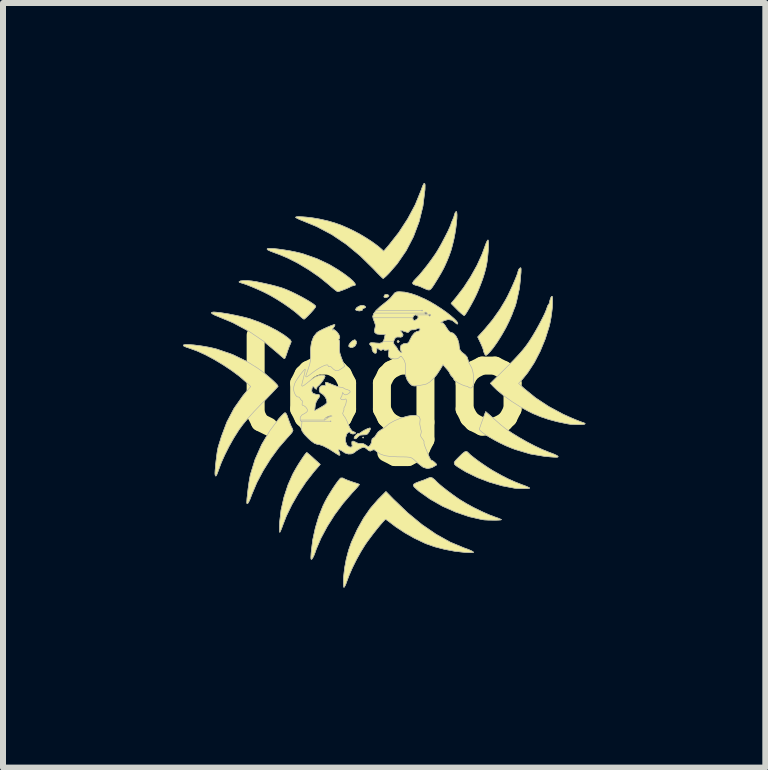
<source format=kicad_pcb>
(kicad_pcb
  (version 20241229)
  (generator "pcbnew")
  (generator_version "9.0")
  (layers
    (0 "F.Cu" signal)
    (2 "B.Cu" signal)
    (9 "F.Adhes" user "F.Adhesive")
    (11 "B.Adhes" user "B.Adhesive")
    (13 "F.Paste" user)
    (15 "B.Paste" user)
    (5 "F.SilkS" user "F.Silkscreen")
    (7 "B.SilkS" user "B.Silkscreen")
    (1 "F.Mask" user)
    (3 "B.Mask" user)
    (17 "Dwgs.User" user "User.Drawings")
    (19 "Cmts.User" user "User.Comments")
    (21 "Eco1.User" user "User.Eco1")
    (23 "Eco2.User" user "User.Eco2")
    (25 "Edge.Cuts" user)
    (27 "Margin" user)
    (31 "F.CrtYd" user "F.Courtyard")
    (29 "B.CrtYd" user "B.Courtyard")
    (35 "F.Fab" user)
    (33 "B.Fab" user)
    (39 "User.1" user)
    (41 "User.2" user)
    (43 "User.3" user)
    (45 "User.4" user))
  (footprint "logo"
    (layer "F.Cu")
    (at 3.316 3.371)
    (property "Reference" "logo" (at 0 0 0) (layer "F.SilkS") (effects (font (size 1.524 1.524) (thickness 0.3))))
    (attr through_hole)
    (fp_poly (pts (xy -0.305 0.872) (xy -0.313 0.881) (xy -0.322 0.872) (xy -0.313 0.864) (xy -0.305 0.872)) (stroke (width 0.01) (type solid)) (fill yes) (layer "F.SilkS"))
    (fp_poly (pts (xy 0.287 -0.732) (xy 0.288 -0.728) (xy 0.275 -0.712) (xy 0.271 -0.711) (xy 0.254 -0.724) (xy 0.254 -0.728) (xy 0.267 -0.745) (xy 0.271 -0.745) (xy 0.287 -0.732)) (stroke (width 0.01) (type solid)) (fill yes) (layer "F.SilkS"))
    (fp_poly (pts (xy 0.103 -1.506) (xy 0.118 -1.49) (xy 0.103 -1.474) (xy 0.102 -1.473) (xy 0.064 -1.458) (xy 0.039 -1.464) (xy 0.034 -1.48) (xy 0.047 -1.506) (xy 0.078 -1.514) (xy 0.103 -1.506)) (stroke (width 0.01) (type solid)) (fill yes) (layer "F.SilkS"))
    (fp_poly (pts (xy -0.447 -0.755) (xy -0.427 -0.732) (xy -0.426 -0.695) (xy -0.446 -0.658) (xy -0.45 -0.653) (xy -0.486 -0.631) (xy -0.524 -0.629) (xy -0.55 -0.646) (xy -0.552 -0.65) (xy -0.547 -0.677) (xy -0.523 -0.711) (xy -0.49 -0.74) (xy -0.458 -0.756) (xy -0.447 -0.755)) (stroke (width 0.01) (type solid)) (fill yes) (layer "F.SilkS"))
    (fp_poly (pts (xy -0.281 -1.316) (xy -0.271 -1.299) (xy -0.286 -1.288) (xy -0.296 -1.287) (xy -0.319 -1.274) (xy -0.322 -1.262) (xy -0.334 -1.244) (xy -0.373 -1.239) (xy -0.381 -1.239) (xy -0.42 -1.245) (xy -0.439 -1.258) (xy -0.44 -1.26) (xy -0.424 -1.289) (xy -0.388 -1.314) (xy -0.345 -1.33) (xy -0.312 -1.331) (xy -0.281 -1.316)) (stroke (width 0.01) (type solid)) (fill yes) (layer "F.SilkS"))
    (fp_poly (pts (xy -0.194 0.715) (xy -0.194 0.735) (xy -0.21 0.771) (xy -0.214 0.778) (xy -0.24 0.812) (xy -0.271 0.826) (xy -0.309 0.827) (xy -0.36 0.831) (xy -0.392 0.852) (xy -0.4 0.861) (xy -0.431 0.893) (xy -0.456 0.893) (xy -0.464 0.883) (xy -0.459 0.863) (xy -0.435 0.833) (xy -0.431 0.829) (xy -0.404 0.807) (xy -0.39 0.802) (xy -0.389 0.804) (xy -0.379 0.806) (xy -0.36 0.793) (xy -0.321 0.766) (xy -0.274 0.74) (xy -0.231 0.721) (xy -0.201 0.713) (xy -0.194 0.715)) (stroke (width 0.01) (type solid)) (fill yes) (layer "F.SilkS"))
    (fp_poly (pts (xy -1.251 1.122) (xy -1.235 1.135) (xy -1.2 1.164) (xy -1.153 1.206) (xy -1.135 1.223) (xy -1.028 1.32) (xy -1.134 1.443) (xy -1.266 1.612) (xy -1.39 1.798) (xy -1.501 1.991) (xy -1.594 2.182) (xy -1.648 2.321) (xy -1.67 2.381) (xy -1.689 2.427) (xy -1.701 2.451) (xy -1.702 2.452) (xy -1.706 2.441) (xy -1.708 2.403) (xy -1.708 2.344) (xy -1.705 2.286) (xy -1.681 2.081) (xy -1.633 1.869) (xy -1.565 1.661) (xy -1.486 1.482) (xy -1.454 1.424) (xy -1.416 1.358) (xy -1.374 1.29) (xy -1.332 1.226) (xy -1.296 1.173) (xy -1.268 1.136) (xy -1.252 1.122) (xy -1.251 1.122)) (stroke (width 0.01) (type solid)) (fill yes) (layer "F.SilkS"))
    (fp_poly (pts (xy 1.774 -2.406) (xy 1.777 -2.364) (xy 1.776 -2.302) (xy 1.771 -2.229) (xy 1.764 -2.149) (xy 1.755 -2.072) (xy 1.744 -2.003) (xy 1.735 -1.964) (xy 1.709 -1.864) (xy 1.679 -1.77) (xy 1.641 -1.669) (xy 1.603 -1.575) (xy 1.576 -1.514) (xy 1.541 -1.442) (xy 1.501 -1.367) (xy 1.461 -1.295) (xy 1.424 -1.232) (xy 1.394 -1.185) (xy 1.375 -1.162) (xy 1.374 -1.162) (xy 1.357 -1.169) (xy 1.323 -1.196) (xy 1.278 -1.237) (xy 1.257 -1.258) (xy 1.153 -1.363) (xy 1.238 -1.465) (xy 1.363 -1.628) (xy 1.48 -1.809) (xy 1.585 -1.997) (xy 1.67 -2.184) (xy 1.722 -2.326) (xy 1.741 -2.377) (xy 1.758 -2.411) (xy 1.768 -2.421) (xy 1.774 -2.406)) (stroke (width 0.01) (type solid)) (fill yes) (layer "F.SilkS"))
    (fp_poly (pts (xy -2.737 -1.215) (xy -2.652 -1.203) (xy -2.552 -1.187) (xy -2.446 -1.166) (xy -2.343 -1.144) (xy -2.251 -1.121) (xy -2.191 -1.104) (xy -2.038 -1.048) (xy -1.888 -0.982) (xy -1.749 -0.91) (xy -1.63 -0.836) (xy -1.56 -0.783) (xy -1.525 -0.752) (xy -1.513 -0.73) (xy -1.519 -0.704) (xy -1.528 -0.685) (xy -1.547 -0.641) (xy -1.569 -0.58) (xy -1.583 -0.538) (xy -1.601 -0.486) (xy -1.616 -0.451) (xy -1.624 -0.441) (xy -1.64 -0.452) (xy -1.675 -0.481) (xy -1.721 -0.522) (xy -1.736 -0.535) (xy -1.973 -0.734) (xy -2.223 -0.903) (xy -2.49 -1.045) (xy -2.722 -1.142) (xy -2.792 -1.171) (xy -2.833 -1.194) (xy -2.842 -1.21) (xy -2.82 -1.218) (xy -2.798 -1.219) (xy -2.737 -1.215)) (stroke (width 0.01) (type solid)) (fill yes) (layer "F.SilkS"))
    (fp_poly (pts (xy -1.597 0.472) (xy -1.579 0.508) (xy -1.575 0.521) (xy -1.548 0.598) (xy -1.517 0.675) (xy -1.488 0.734) (xy -1.483 0.753) (xy -1.492 0.776) (xy -1.517 0.81) (xy -1.562 0.86) (xy -1.579 0.878) (xy -1.72 1.04) (xy -1.855 1.225) (xy -1.979 1.423) (xy -2.086 1.625) (xy -2.169 1.822) (xy -2.177 1.843) (xy -2.203 1.911) (xy -2.226 1.957) (xy -2.242 1.977) (xy -2.251 1.969) (xy -2.252 1.955) (xy -2.249 1.894) (xy -2.24 1.81) (xy -2.229 1.716) (xy -2.216 1.622) (xy -2.202 1.54) (xy -2.192 1.49) (xy -2.114 1.237) (xy -2.005 0.991) (xy -1.868 0.759) (xy -1.719 0.56) (xy -1.676 0.512) (xy -1.64 0.476) (xy -1.617 0.459) (xy -1.614 0.458) (xy -1.597 0.472)) (stroke (width 0.01) (type solid)) (fill yes) (layer "F.SilkS"))
    (fp_poly (pts (xy 1.425 1.112) (xy 1.441 1.128) (xy 1.475 1.161) (xy 1.531 1.206) (xy 1.602 1.26) (xy 1.682 1.316) (xy 1.764 1.371) (xy 1.841 1.42) (xy 1.863 1.432) (xy 1.993 1.505) (xy 2.107 1.563) (xy 2.217 1.612) (xy 2.335 1.659) (xy 2.362 1.668) (xy 2.413 1.688) (xy 2.451 1.706) (xy 2.463 1.713) (xy 2.456 1.719) (xy 2.423 1.723) (xy 2.372 1.724) (xy 2.312 1.723) (xy 2.251 1.72) (xy 2.21 1.716) (xy 2.006 1.677) (xy 1.796 1.617) (xy 1.592 1.539) (xy 1.406 1.448) (xy 1.358 1.42) (xy 1.282 1.373) (xy 1.233 1.34) (xy 1.208 1.314) (xy 1.205 1.289) (xy 1.223 1.26) (xy 1.26 1.221) (xy 1.282 1.199) (xy 1.337 1.145) (xy 1.375 1.114) (xy 1.403 1.104) (xy 1.425 1.112)) (stroke (width 0.01) (type solid)) (fill yes) (layer "F.SilkS"))
    (fp_poly (pts (xy 1.832 0.529) (xy 1.887 0.577) (xy 1.939 0.623) (xy 1.976 0.656) (xy 1.979 0.658) (xy 2.059 0.723) (xy 2.163 0.795) (xy 2.285 0.87) (xy 2.415 0.944) (xy 2.547 1.013) (xy 2.673 1.072) (xy 2.785 1.118) (xy 2.811 1.127) (xy 2.866 1.148) (xy 2.911 1.169) (xy 2.929 1.18) (xy 2.938 1.191) (xy 2.931 1.198) (xy 2.905 1.2) (xy 2.857 1.198) (xy 2.781 1.192) (xy 2.709 1.185) (xy 2.475 1.146) (xy 2.231 1.074) (xy 2.151 1.044) (xy 2.062 1.007) (xy 1.97 0.963) (xy 1.879 0.915) (xy 1.795 0.867) (xy 1.722 0.822) (xy 1.667 0.782) (xy 1.633 0.751) (xy 1.626 0.735) (xy 1.631 0.711) (xy 1.647 0.663) (xy 1.669 0.602) (xy 1.678 0.577) (xy 1.73 0.44) (xy 1.832 0.529)) (stroke (width 0.01) (type solid)) (fill yes) (layer "F.SilkS"))
    (fp_poly (pts (xy -0.651 1.547) (xy -0.639 1.554) (xy -0.613 1.567) (xy -0.565 1.587) (xy -0.505 1.608) (xy -0.5 1.61) (xy -0.441 1.629) (xy -0.397 1.644) (xy -0.375 1.653) (xy -0.375 1.653) (xy -0.383 1.667) (xy -0.41 1.7) (xy -0.452 1.747) (xy -0.5 1.798) (xy -0.649 1.972) (xy -0.788 2.159) (xy -0.911 2.353) (xy -1.015 2.547) (xy -1.095 2.733) (xy -1.11 2.777) (xy -1.131 2.833) (xy -1.153 2.878) (xy -1.165 2.896) (xy -1.176 2.904) (xy -1.182 2.895) (xy -1.183 2.865) (xy -1.18 2.809) (xy -1.177 2.769) (xy -1.153 2.578) (xy -1.11 2.381) (xy -1.053 2.189) (xy -0.983 2.013) (xy -0.944 1.933) (xy -0.904 1.86) (xy -0.857 1.784) (xy -0.81 1.709) (xy -0.764 1.642) (xy -0.725 1.589) (xy -0.696 1.555) (xy -0.686 1.547) (xy -0.651 1.547)) (stroke (width 0.01) (type solid)) (fill yes) (layer "F.SilkS"))
    (fp_poly (pts (xy 0.841 1.546) (xy 0.879 1.575) (xy 0.922 1.619) (xy 0.96 1.654) (xy 1.018 1.702) (xy 1.091 1.759) (xy 1.169 1.817) (xy 1.247 1.873) (xy 1.302 1.91) (xy 1.408 1.974) (xy 1.531 2.041) (xy 1.66 2.104) (xy 1.783 2.159) (xy 1.884 2.197) (xy 1.938 2.216) (xy 1.978 2.233) (xy 1.993 2.241) (xy 1.982 2.245) (xy 1.946 2.248) (xy 1.893 2.25) (xy 1.831 2.249) (xy 1.768 2.248) (xy 1.712 2.245) (xy 1.676 2.241) (xy 1.455 2.191) (xy 1.231 2.115) (xy 1.011 2.017) (xy 0.805 1.9) (xy 0.62 1.769) (xy 0.579 1.734) (xy 0.539 1.697) (xy 0.523 1.67) (xy 0.533 1.649) (xy 0.57 1.627) (xy 0.638 1.602) (xy 0.643 1.6) (xy 0.703 1.579) (xy 0.755 1.557) (xy 0.778 1.547) (xy 0.809 1.537) (xy 0.841 1.546)) (stroke (width 0.01) (type solid)) (fill yes) (layer "F.SilkS"))
    (fp_poly (pts (xy -1.791 -2.276) (xy -1.712 -2.267) (xy -1.623 -2.254) (xy -1.53 -2.239) (xy -1.44 -2.221) (xy -1.359 -2.202) (xy -1.312 -2.189) (xy -1.084 -2.109) (xy -0.878 -2.012) (xy -0.72 -1.917) (xy -0.618 -1.847) (xy -0.538 -1.786) (xy -0.481 -1.735) (xy -0.449 -1.696) (xy -0.443 -1.67) (xy -0.465 -1.66) (xy -0.471 -1.659) (xy -0.503 -1.654) (xy -0.513 -1.649) (xy -0.535 -1.636) (xy -0.578 -1.616) (xy -0.631 -1.594) (xy -0.683 -1.575) (xy -0.722 -1.562) (xy -0.737 -1.559) (xy -0.756 -1.57) (xy -0.794 -1.599) (xy -0.845 -1.641) (xy -0.888 -1.679) (xy -1.043 -1.804) (xy -1.216 -1.923) (xy -1.397 -2.032) (xy -1.576 -2.123) (xy -1.71 -2.179) (xy -1.794 -2.21) (xy -1.852 -2.232) (xy -1.887 -2.248) (xy -1.906 -2.258) (xy -1.913 -2.267) (xy -1.913 -2.272) (xy -1.898 -2.279) (xy -1.855 -2.28) (xy -1.791 -2.276)) (stroke (width 0.01) (type solid)) (fill yes) (layer "F.SilkS"))
    (fp_poly (pts (xy -2.243 -1.743) (xy -2.171 -1.737) (xy -2.099 -1.726) (xy -2.097 -1.726) (xy -1.959 -1.697) (xy -1.849 -1.672) (xy -1.76 -1.649) (xy -1.685 -1.627) (xy -1.668 -1.622) (xy -1.596 -1.595) (xy -1.514 -1.559) (xy -1.427 -1.517) (xy -1.34 -1.472) (xy -1.26 -1.427) (xy -1.19 -1.385) (xy -1.138 -1.35) (xy -1.107 -1.323) (xy -1.102 -1.312) (xy -1.113 -1.293) (xy -1.141 -1.257) (xy -1.18 -1.213) (xy -1.222 -1.169) (xy -1.261 -1.13) (xy -1.289 -1.106) (xy -1.299 -1.101) (xy -1.318 -1.112) (xy -1.352 -1.14) (xy -1.38 -1.166) (xy -1.447 -1.223) (xy -1.536 -1.29) (xy -1.638 -1.361) (xy -1.746 -1.43) (xy -1.851 -1.492) (xy -1.923 -1.53) (xy -2.003 -1.569) (xy -2.09 -1.608) (xy -2.175 -1.644) (xy -2.253 -1.675) (xy -2.316 -1.697) (xy -2.358 -1.709) (xy -2.367 -1.71) (xy -2.381 -1.72) (xy -2.379 -1.727) (xy -2.356 -1.738) (xy -2.307 -1.743) (xy -2.243 -1.743)) (stroke (width 0.01) (type solid)) (fill yes) (layer "F.SilkS"))
    (fp_poly (pts (xy 2.317 -1.953) (xy 2.319 -1.929) (xy 2.318 -1.882) (xy 2.312 -1.812) (xy 2.305 -1.732) (xy 2.297 -1.658) (xy 2.289 -1.599) (xy 2.285 -1.583) (xy 2.263 -1.482) (xy 2.247 -1.409) (xy 2.234 -1.358) (xy 2.224 -1.325) (xy 2.22 -1.312) (xy 2.206 -1.279) (xy 2.186 -1.226) (xy 2.168 -1.177) (xy 2.121 -1.069) (xy 2.063 -0.952) (xy 1.996 -0.835) (xy 1.926 -0.723) (xy 1.857 -0.625) (xy 1.793 -0.548) (xy 1.764 -0.519) (xy 1.738 -0.499) (xy 1.724 -0.502) (xy 1.712 -0.522) (xy 1.697 -0.559) (xy 1.693 -0.579) (xy 1.686 -0.605) (xy 1.668 -0.651) (xy 1.645 -0.703) (xy 1.597 -0.804) (xy 1.712 -0.931) (xy 1.844 -1.09) (xy 1.966 -1.262) (xy 2.062 -1.422) (xy 2.099 -1.492) (xy 2.137 -1.572) (xy 2.176 -1.656) (xy 2.211 -1.737) (xy 2.24 -1.808) (xy 2.261 -1.863) (xy 2.269 -1.895) (xy 2.269 -1.897) (xy 2.281 -1.931) (xy 2.297 -1.949) (xy 2.31 -1.958) (xy 2.317 -1.953)) (stroke (width 0.01) (type solid)) (fill yes) (layer "F.SilkS"))
    (fp_poly (pts (xy 1.248 -2.88) (xy 1.251 -2.837) (xy 1.249 -2.774) (xy 1.242 -2.696) (xy 1.231 -2.61) (xy 1.217 -2.522) (xy 1.202 -2.444) (xy 1.177 -2.338) (xy 1.152 -2.248) (xy 1.122 -2.162) (xy 1.084 -2.068) (xy 1.045 -1.981) (xy 1.022 -1.935) (xy 0.988 -1.873) (xy 0.948 -1.805) (xy 0.906 -1.736) (xy 0.868 -1.675) (xy 0.836 -1.628) (xy 0.817 -1.605) (xy 0.794 -1.589) (xy 0.768 -1.589) (xy 0.728 -1.604) (xy 0.682 -1.624) (xy 0.646 -1.641) (xy 0.643 -1.642) (xy 0.608 -1.655) (xy 0.562 -1.667) (xy 0.523 -1.681) (xy 0.511 -1.703) (xy 0.528 -1.735) (xy 0.569 -1.779) (xy 0.621 -1.833) (xy 0.684 -1.909) (xy 0.754 -1.997) (xy 0.824 -2.091) (xy 0.888 -2.182) (xy 0.917 -2.227) (xy 0.949 -2.281) (xy 0.988 -2.349) (xy 1.028 -2.425) (xy 1.068 -2.502) (xy 1.104 -2.573) (xy 1.131 -2.633) (xy 1.148 -2.673) (xy 1.152 -2.687) (xy 1.159 -2.711) (xy 1.175 -2.746) (xy 1.197 -2.798) (xy 1.21 -2.844) (xy 1.223 -2.88) (xy 1.239 -2.896) (xy 1.24 -2.896) (xy 1.248 -2.88)) (stroke (width 0.01) (type solid)) (fill yes) (layer "F.SilkS"))
    (fp_poly (pts (xy 0.719 -3.338) (xy 0.718 -3.277) (xy 0.717 -3.255) (xy 0.684 -2.987) (xy 0.62 -2.727) (xy 0.526 -2.477) (xy 0.404 -2.242) (xy 0.255 -2.025) (xy 0.125 -1.875) (xy 0.081 -1.83) (xy 0.044 -1.796) (xy 0.023 -1.78) (xy 0.021 -1.779) (xy 0.005 -1.791) (xy -0.029 -1.824) (xy -0.076 -1.871) (xy -0.131 -1.929) (xy -0.135 -1.934) (xy -0.362 -2.157) (xy -0.594 -2.349) (xy -0.834 -2.511) (xy -1.087 -2.645) (xy -1.308 -2.736) (xy -1.368 -2.76) (xy -1.414 -2.782) (xy -1.438 -2.797) (xy -1.439 -2.8) (xy -1.424 -2.807) (xy -1.382 -2.809) (xy -1.319 -2.806) (xy -1.244 -2.8) (xy -1.162 -2.79) (xy -1.081 -2.777) (xy -1.033 -2.768) (xy -0.901 -2.738) (xy -0.787 -2.705) (xy -0.679 -2.667) (xy -0.564 -2.617) (xy -0.474 -2.574) (xy -0.372 -2.52) (xy -0.265 -2.456) (xy -0.162 -2.389) (xy -0.073 -2.324) (xy -0.015 -2.275) (xy 0.029 -2.234) (xy 0.112 -2.33) (xy 0.282 -2.546) (xy 0.431 -2.775) (xy 0.556 -3.009) (xy 0.651 -3.243) (xy 0.654 -3.251) (xy 0.68 -3.323) (xy 0.7 -3.361) (xy 0.713 -3.366) (xy 0.719 -3.338)) (stroke (width 0.01) (type solid)) (fill yes) (layer "F.SilkS"))
    (fp_poly (pts (xy 0.19 1.898) (xy 0.429 2.127) (xy 0.667 2.323) (xy 0.903 2.485) (xy 1.138 2.616) (xy 1.373 2.714) (xy 1.389 2.719) (xy 1.446 2.74) (xy 1.495 2.762) (xy 1.516 2.774) (xy 1.527 2.784) (xy 1.522 2.79) (xy 1.495 2.792) (xy 1.443 2.79) (xy 1.38 2.786) (xy 1.217 2.768) (xy 1.048 2.736) (xy 0.884 2.694) (xy 0.739 2.643) (xy 0.711 2.631) (xy 0.541 2.55) (xy 0.379 2.458) (xy 0.235 2.363) (xy 0.177 2.319) (xy 0.126 2.28) (xy 0.086 2.25) (xy 0.064 2.236) (xy 0.062 2.235) (xy 0.045 2.248) (xy 0.012 2.283) (xy -0.033 2.335) (xy -0.086 2.4) (xy -0.142 2.471) (xy -0.197 2.544) (xy -0.248 2.613) (xy -0.281 2.661) (xy -0.352 2.776) (xy -0.424 2.906) (xy -0.491 3.04) (xy -0.547 3.168) (xy -0.586 3.272) (xy -0.605 3.324) (xy -0.623 3.359) (xy -0.633 3.37) (xy -0.639 3.354) (xy -0.642 3.311) (xy -0.641 3.248) (xy -0.639 3.205) (xy -0.623 3.055) (xy -0.594 2.898) (xy -0.554 2.747) (xy -0.508 2.616) (xy -0.508 2.616) (xy -0.409 2.401) (xy -0.305 2.215) (xy -0.193 2.053) (xy -0.07 1.911) (xy -0.059 1.899) (xy 0.067 1.772) (xy 0.19 1.898)) (stroke (width 0.01) (type solid)) (fill yes) (layer "F.SilkS"))
    (fp_poly (pts (xy -0.784 -1.009) (xy -0.786 -0.991) (xy -0.804 -0.965) (xy -0.823 -0.937) (xy -0.824 -0.92) (xy -0.813 -0.918) (xy -0.813 -0.921) (xy -0.803 -0.928) (xy -0.78 -0.915) (xy -0.752 -0.89) (xy -0.726 -0.857) (xy -0.718 -0.844) (xy -0.702 -0.804) (xy -0.706 -0.783) (xy -0.711 -0.779) (xy -0.721 -0.762) (xy -0.716 -0.756) (xy -0.708 -0.735) (xy -0.706 -0.692) (xy -0.708 -0.651) (xy -0.709 -0.59) (xy -0.701 -0.534) (xy -0.68 -0.468) (xy -0.668 -0.437) (xy -0.619 -0.318) (xy -0.659 -0.286) (xy -0.72 -0.248) (xy -0.77 -0.243) (xy -0.811 -0.269) (xy -0.816 -0.276) (xy -0.847 -0.306) (xy -0.873 -0.311) (xy -0.894 -0.314) (xy -0.897 -0.328) (xy -0.91 -0.34) (xy -0.944 -0.334) (xy -0.995 -0.313) (xy -1.056 -0.279) (xy -1.122 -0.235) (xy -1.154 -0.211) (xy -1.211 -0.167) (xy -1.246 -0.144) (xy -1.264 -0.137) (xy -1.27 -0.145) (xy -1.27 -0.148) (xy -1.264 -0.169) (xy -1.249 -0.213) (xy -1.229 -0.271) (xy -1.226 -0.279) (xy -1.203 -0.352) (xy -1.19 -0.417) (xy -1.187 -0.457) (xy -1.191 -0.596) (xy -1.174 -0.714) (xy -1.139 -0.807) (xy -1.085 -0.875) (xy -1.049 -0.9) (xy -0.98 -0.935) (xy -0.912 -0.966) (xy -0.852 -0.991) (xy -0.807 -1.007) (xy -0.785 -1.01) (xy -0.784 -1.009)) (stroke (width 0.01) (type solid)) (fill yes) (layer "F.SilkS"))
    (fp_poly (pts (xy 2.844 -1.458) (xy 2.846 -1.414) (xy 2.845 -1.354) (xy 2.839 -1.283) (xy 2.83 -1.204) (xy 2.818 -1.123) (xy 2.803 -1.043) (xy 2.789 -0.982) (xy 2.722 -0.77) (xy 2.638 -0.566) (xy 2.54 -0.377) (xy 2.431 -0.21) (xy 2.343 -0.101) (xy 2.278 -0.03) (xy 2.37 0.055) (xy 2.56 0.21) (xy 2.778 0.354) (xy 3.018 0.483) (xy 3.142 0.539) (xy 3.22 0.572) (xy 3.288 0.599) (xy 3.338 0.618) (xy 3.365 0.626) (xy 3.367 0.627) (xy 3.386 0.638) (xy 3.387 0.643) (xy 3.371 0.652) (xy 3.331 0.657) (xy 3.273 0.658) (xy 3.207 0.656) (xy 3.141 0.651) (xy 3.09 0.643) (xy 2.921 0.608) (xy 2.776 0.569) (xy 2.643 0.524) (xy 2.514 0.47) (xy 2.451 0.439) (xy 2.309 0.362) (xy 2.168 0.273) (xy 2.037 0.179) (xy 1.923 0.085) (xy 1.856 0.02) (xy 1.808 -0.031) (xy 2.078 -0.299) (xy 2.188 -0.41) (xy 2.276 -0.504) (xy 2.348 -0.586) (xy 2.408 -0.662) (xy 2.46 -0.737) (xy 2.513 -0.821) (xy 2.569 -0.916) (xy 2.623 -1.014) (xy 2.672 -1.108) (xy 2.713 -1.191) (xy 2.741 -1.258) (xy 2.752 -1.291) (xy 2.766 -1.329) (xy 2.779 -1.347) (xy 2.793 -1.371) (xy 2.794 -1.38) (xy 2.8 -1.412) (xy 2.812 -1.451) (xy 2.827 -1.481) (xy 2.838 -1.482) (xy 2.844 -1.458)) (stroke (width 0.01) (type solid)) (fill yes) (layer "F.SilkS"))
    (fp_poly (pts (xy -3.212 -0.676) (xy -3.139 -0.671) (xy -3.053 -0.661) (xy -2.962 -0.647) (xy -2.87 -0.63) (xy -2.782 -0.61) (xy -2.75 -0.601) (xy -2.491 -0.512) (xy -2.244 -0.392) (xy -2.071 -0.284) (xy -2.007 -0.238) (xy -1.94 -0.185) (xy -1.875 -0.13) (xy -1.816 -0.078) (xy -1.769 -0.032) (xy -1.739 0.002) (xy -1.731 0.019) (xy -1.744 0.034) (xy -1.777 0.07) (xy -1.827 0.123) (xy -1.891 0.19) (xy -1.964 0.266) (xy -2.007 0.309) (xy -2.132 0.439) (xy -2.234 0.553) (xy -2.317 0.653) (xy -2.383 0.743) (xy -2.39 0.754) (xy -2.471 0.882) (xy -2.549 1.021) (xy -2.619 1.16) (xy -2.677 1.289) (xy -2.708 1.371) (xy -2.735 1.446) (xy -2.753 1.492) (xy -2.766 1.513) (xy -2.775 1.511) (xy -2.78 1.496) (xy -2.782 1.465) (xy -2.779 1.409) (xy -2.773 1.336) (xy -2.764 1.256) (xy -2.754 1.175) (xy -2.744 1.103) (xy -2.733 1.047) (xy -2.728 1.028) (xy -2.715 0.984) (xy -2.695 0.921) (xy -2.675 0.855) (xy -2.584 0.613) (xy -2.464 0.385) (xy -2.318 0.177) (xy -2.275 0.125) (xy -2.186 0.022) (xy -2.266 -0.054) (xy -2.374 -0.148) (xy -2.504 -0.245) (xy -2.647 -0.34) (xy -2.797 -0.43) (xy -2.945 -0.509) (xy -3.084 -0.572) (xy -3.208 -0.617) (xy -3.211 -0.618) (xy -3.263 -0.635) (xy -3.3 -0.652) (xy -3.311 -0.661) (xy -3.304 -0.672) (xy -3.269 -0.677) (xy -3.212 -0.676)) (stroke (width 0.01) (type solid)) (fill yes) (layer "F.SilkS"))
    (fp_poly (pts (xy 0.382 -1.551) (xy 0.484 -1.528) (xy 0.598 -1.488) (xy 0.725 -1.431) (xy 0.811 -1.386) (xy 0.9 -1.333) (xy 0.988 -1.276) (xy 1.071 -1.218) (xy 1.144 -1.161) (xy 1.203 -1.11) (xy 1.245 -1.067) (xy 1.265 -1.035) (xy 1.263 -1.02) (xy 1.245 -1.023) (xy 1.219 -1.046) (xy 1.168 -1.084) (xy 1.104 -1.095) (xy 1.037 -1.077) (xy 1.035 -1.076) (xy 1 -1.056) (xy 0.982 -1.041) (xy 0.987 -1.037) (xy 1.003 -1.042) (xy 1.023 -1.033) (xy 1.051 -0.999) (xy 1.072 -0.965) (xy 1.107 -0.913) (xy 1.137 -0.884) (xy 1.149 -0.881) (xy 1.192 -0.865) (xy 1.231 -0.824) (xy 1.263 -0.765) (xy 1.283 -0.696) (xy 1.287 -0.651) (xy 1.296 -0.599) (xy 1.327 -0.554) (xy 1.385 -0.509) (xy 1.387 -0.507) (xy 1.42 -0.469) (xy 1.432 -0.433) (xy 1.446 -0.384) (xy 1.471 -0.338) (xy 1.498 -0.287) (xy 1.517 -0.221) (xy 1.528 -0.149) (xy 1.531 -0.078) (xy 1.525 -0.017) (xy 1.51 0.028) (xy 1.487 0.047) (xy 1.457 0.043) (xy 1.448 0.035) (xy 1.424 0.019) (xy 1.409 0.017) (xy 1.376 0.009) (xy 1.329 -0.01) (xy 1.279 -0.035) (xy 1.235 -0.062) (xy 1.207 -0.084) (xy 1.202 -0.093) (xy 1.191 -0.119) (xy 1.168 -0.144) (xy 1.143 -0.173) (xy 1.134 -0.193) (xy 1.123 -0.216) (xy 1.096 -0.253) (xy 1.075 -0.277) (xy 1.018 -0.343) (xy 0.97 -0.261) (xy 0.915 -0.178) (xy 0.855 -0.106) (xy 0.796 -0.052) (xy 0.744 -0.021) (xy 0.739 -0.019) (xy 0.69 -0.008) (xy 0.627 0.004) (xy 0.597 0.008) (xy 0.543 0.012) (xy 0.509 0.008) (xy 0.482 -0.011) (xy 0.458 -0.035) (xy 0.422 -0.087) (xy 0.4 -0.147) (xy 0.391 -0.226) (xy 0.392 -0.293) (xy 0.39 -0.359) (xy 0.376 -0.407) (xy 0.355 -0.441) (xy 0.329 -0.475) (xy 0.313 -0.484) (xy 0.298 -0.471) (xy 0.293 -0.465) (xy 0.262 -0.442) (xy 0.209 -0.438) (xy 0.208 -0.438) (xy 0.148 -0.448) (xy 0.116 -0.471) (xy 0.109 -0.512) (xy 0.112 -0.538) (xy 0.118 -0.577) (xy 0.111 -0.591) (xy 0.086 -0.588) (xy 0.079 -0.586) (xy 0.043 -0.583) (xy 0.034 -0.594) (xy 0.026 -0.604) (xy 0.008 -0.592) (xy -0.016 -0.581) (xy -0.043 -0.594) (xy -0.051 -0.601) (xy -0.075 -0.621) (xy -0.084 -0.614) (xy -0.085 -0.588) (xy -0.09 -0.551) (xy -0.1 -0.534) (xy -0.124 -0.536) (xy -0.148 -0.559) (xy -0.163 -0.591) (xy -0.163 -0.613) (xy -0.167 -0.644) (xy -0.179 -0.655) (xy -0.201 -0.677) (xy -0.203 -0.689) (xy -0.197 -0.703) (xy -0.176 -0.708) (xy -0.13 -0.706) (xy -0.105 -0.703) (xy -0.038 -0.699) (xy 0.003 -0.709) (xy 0.025 -0.733) (xy 0.196 -0.733) (xy 0.197 -0.692) (xy 0.219 -0.661) (xy 0.244 -0.633) (xy 0.254 -0.615) (xy 0.266 -0.592) (xy 0.292 -0.563) (xy 0.32 -0.544) (xy 0.328 -0.542) (xy 0.334 -0.55) (xy 0.325 -0.562) (xy 0.308 -0.595) (xy 0.305 -0.618) (xy 0.318 -0.664) (xy 0.358 -0.69) (xy 0.394 -0.694) (xy 0.428 -0.7) (xy 0.452 -0.724) (xy 0.468 -0.758) (xy 0.502 -0.822) (xy 0.541 -0.87) (xy 0.58 -0.895) (xy 0.593 -0.897) (xy 0.628 -0.906) (xy 0.635 -0.932) (xy 0.633 -0.94) (xy 0.621 -0.953) (xy 0.596 -0.947) (xy 0.579 -0.938) (xy 0.537 -0.924) (xy 0.505 -0.924) (xy 0.474 -0.918) (xy 0.46 -0.903) (xy 0.444 -0.884) (xy 0.421 -0.882) (xy 0.385 -0.894) (xy 0.335 -0.91) (xy 0.313 -0.912) (xy 0.316 -0.898) (xy 0.33 -0.881) (xy 0.352 -0.842) (xy 0.345 -0.813) (xy 0.314 -0.801) (xy 0.291 -0.804) (xy 0.246 -0.804) (xy 0.216 -0.78) (xy 0.196 -0.733) (xy 0.025 -0.733) (xy 0.028 -0.737) (xy 0.043 -0.789) (xy 0.044 -0.793) (xy 0.055 -0.847) (xy -0.022 -0.847) (xy -0.085 -0.854) (xy -0.118 -0.878) (xy -0.123 -0.919) (xy -0.115 -0.952) (xy -0.107 -0.999) (xy -0.122 -1.05) (xy -0.125 -1.057) (xy -0.144 -1.105) (xy -0.148 -1.124) (xy 0.514 -1.124) (xy 0.52 -1.09) (xy 0.544 -1.079) (xy 0.577 -1.095) (xy 0.583 -1.1) (xy 0.604 -1.128) (xy 0.6 -1.151) (xy 0.594 -1.159) (xy 0.575 -1.168) (xy 0.779 -1.168) (xy 0.792 -1.152) (xy 0.796 -1.151) (xy 0.812 -1.164) (xy 0.813 -1.168) (xy 0.8 -1.185) (xy 0.796 -1.185) (xy 0.779 -1.172) (xy 0.779 -1.168) (xy 0.575 -1.168) (xy 0.564 -1.174) (xy 0.534 -1.163) (xy 0.516 -1.13) (xy 0.514 -1.124) (xy -0.148 -1.124) (xy -0.152 -1.145) (xy -0.152 -1.148) (xy -0.138 -1.193) (xy -0.13 -1.202) (xy 0.711 -1.202) (xy 0.725 -1.187) (xy 0.738 -1.185) (xy 0.755 -1.194) (xy 0.754 -1.202) (xy 0.732 -1.219) (xy 0.727 -1.219) (xy 0.712 -1.206) (xy 0.711 -1.202) (xy -0.13 -1.202) (xy -0.098 -1.245) (xy 0.66 -1.245) (xy 0.669 -1.236) (xy 0.677 -1.245) (xy 0.669 -1.253) (xy 0.66 -1.245) (xy -0.098 -1.245) (xy -0.095 -1.248) (xy -0.028 -1.311) (xy 0.039 -1.364) (xy 0.096 -1.41) (xy 0.148 -1.459) (xy 0.18 -1.498) (xy 0.212 -1.537) (xy 0.245 -1.554) (xy 0.286 -1.558) (xy 0.382 -1.551)) (stroke (width 0.01) (type solid)) (fill yes) (layer "F.SilkS"))
    (fp_poly (pts (xy -1.278 -0.267) (xy -1.279 -0.249) (xy -1.287 -0.207) (xy -1.301 -0.149) (xy -1.304 -0.135) (xy -1.32 -0.073) (xy -1.332 -0.024) (xy -1.337 0.002) (xy -1.337 0.004) (xy -1.329 0.017) (xy -1.301 0.004) (xy -1.252 -0.033) (xy -1.234 -0.048) (xy -1.182 -0.09) (xy -1.131 -0.127) (xy -1.106 -0.141) (xy -1.056 -0.16) (xy -1.006 -0.169) (xy -0.967 -0.166) (xy -0.949 -0.151) (xy -0.948 -0.147) (xy -0.958 -0.121) (xy -0.981 -0.082) (xy -1.012 -0.04) (xy -1.042 -0.004) (xy -1.064 0.016) (xy -1.068 0.017) (xy -1.082 0.031) (xy -1.084 0.042) (xy -1.091 0.066) (xy -1.11 0.058) (xy -1.127 0.038) (xy -1.144 0.02) (xy -1.156 0.029) (xy -1.165 0.051) (xy -1.171 0.101) (xy -1.148 0.136) (xy -1.099 0.152) (xy -1.088 0.152) (xy -1.046 0.159) (xy -1.035 0.179) (xy -1.054 0.214) (xy -1.069 0.231) (xy -1.096 0.277) (xy -1.113 0.341) (xy -1.113 0.347) (xy -1.122 0.425) (xy -1.019 0.369) (xy -0.955 0.33) (xy -0.92 0.298) (xy -0.915 0.283) (xy -0.925 0.235) (xy -0.951 0.187) (xy -0.984 0.152) (xy -0.999 0.144) (xy -1.033 0.12) (xy -1.046 0.083) (xy -1.04 0.045) (xy -1.018 0.015) (xy -0.981 0.004) (xy -0.97 0.005) (xy -0.942 0.006) (xy -0.938 -0.011) (xy -0.941 -0.019) (xy -0.944 -0.041) (xy -0.934 -0.048) (xy -0.905 -0.042) (xy -0.853 -0.021) (xy -0.823 -0.008) (xy -0.765 0.014) (xy -0.713 0.03) (xy -0.686 0.034) (xy -0.651 0.039) (xy -0.636 0.049) (xy -0.615 0.062) (xy -0.576 0.074) (xy -0.536 0.09) (xy -0.528 0.113) (xy -0.553 0.138) (xy -0.572 0.149) (xy -0.607 0.161) (xy -0.628 0.154) (xy -0.639 0.141) (xy -0.655 0.122) (xy -0.66 0.133) (xy -0.66 0.146) (xy -0.67 0.185) (xy -0.681 0.201) (xy -0.69 0.223) (xy -0.675 0.239) (xy -0.646 0.243) (xy -0.623 0.235) (xy -0.601 0.229) (xy -0.593 0.245) (xy -0.593 0.267) (xy -0.602 0.316) (xy -0.617 0.35) (xy -0.633 0.379) (xy -0.633 0.394) (xy -0.633 0.414) (xy -0.644 0.44) (xy -0.654 0.472) (xy -0.641 0.501) (xy -0.63 0.514) (xy -0.605 0.551) (xy -0.579 0.606) (xy -0.568 0.635) (xy -0.535 0.712) (xy -0.5 0.761) (xy -0.465 0.779) (xy -0.463 0.779) (xy -0.442 0.789) (xy -0.44 0.796) (xy -0.455 0.809) (xy -0.483 0.813) (xy -0.514 0.807) (xy -0.525 0.796) (xy -0.534 0.779) (xy -0.556 0.783) (xy -0.58 0.805) (xy -0.59 0.822) (xy -0.607 0.884) (xy -0.604 0.944) (xy -0.585 0.994) (xy -0.551 1.026) (xy -0.523 1.033) (xy -0.5 1.028) (xy -0.495 1.007) (xy -0.5 0.982) (xy -0.501 0.943) (xy -0.482 0.931) (xy -0.445 0.946) (xy -0.431 0.956) (xy -0.387 0.972) (xy -0.358 0.97) (xy -0.309 0.975) (xy -0.271 0.996) (xy -0.238 1.018) (xy -0.218 1.021) (xy -0.199 1.004) (xy -0.197 1.001) (xy -0.175 0.961) (xy -0.169 0.926) (xy -0.162 0.891) (xy -0.146 0.881) (xy -0.124 0.867) (xy -0.1 0.832) (xy -0.095 0.823) (xy -0.061 0.776) (xy -0.018 0.746) (xy 0.028 0.719) (xy 0.062 0.691) (xy 0.123 0.64) (xy 0.209 0.592) (xy 0.311 0.55) (xy 0.42 0.518) (xy 0.51 0.502) (xy 0.578 0.503) (xy 0.621 0.525) (xy 0.638 0.566) (xy 0.634 0.601) (xy 0.631 0.647) (xy 0.641 0.703) (xy 0.644 0.714) (xy 0.657 0.769) (xy 0.652 0.805) (xy 0.649 0.811) (xy 0.641 0.837) (xy 0.656 0.868) (xy 0.671 0.887) (xy 0.695 0.921) (xy 0.704 0.945) (xy 0.703 0.948) (xy 0.7 0.961) (xy 0.705 0.984) (xy 0.719 1.025) (xy 0.745 1.09) (xy 0.746 1.092) (xy 0.762 1.13) (xy 0.782 1.18) (xy 0.786 1.19) (xy 0.806 1.23) (xy 0.824 1.252) (xy 0.829 1.253) (xy 0.849 1.262) (xy 0.877 1.284) (xy 0.902 1.308) (xy 0.913 1.326) (xy 0.912 1.328) (xy 0.832 1.374) (xy 0.761 1.389) (xy 0.695 1.371) (xy 0.677 1.36) (xy 0.64 1.332) (xy 0.592 1.293) (xy 0.563 1.267) (xy 0.533 1.239) (xy 0.508 1.22) (xy 0.483 1.207) (xy 0.451 1.2) (xy 0.405 1.196) (xy 0.337 1.195) (xy 0.262 1.194) (xy 0.144 1.188) (xy 0.053 1.175) (xy -0.018 1.151) (xy -0.075 1.116) (xy -0.095 1.099) (xy -0.126 1.076) (xy -0.151 1.077) (xy -0.167 1.086) (xy -0.195 1.098) (xy -0.221 1.089) (xy -0.242 1.07) (xy -0.276 1.044) (xy -0.303 1.033) (xy -0.303 1.033) (xy -0.337 1.043) (xy -0.384 1.067) (xy -0.433 1.099) (xy -0.462 1.124) (xy -0.505 1.144) (xy -0.561 1.146) (xy -0.616 1.129) (xy -0.641 1.112) (xy -0.68 1.087) (xy -0.7 1.078) (xy -0.723 1.074) (xy -0.721 1.093) (xy -0.72 1.096) (xy -0.702 1.143) (xy -0.7 1.166) (xy -0.717 1.166) (xy -0.756 1.143) (xy -0.791 1.12) (xy -0.887 1.059) (xy -0.974 1.014) (xy -1.046 0.988) (xy -1.084 0.983) (xy -1.125 0.968) (xy -1.184 0.925) (xy -1.224 0.889) (xy -1.29 0.821) (xy -1.33 0.765) (xy -1.347 0.716) (xy -1.343 0.669) (xy -1.339 0.658) (xy -1.332 0.624) (xy -1.337 0.61) (xy -1.337 0.61) (xy -1.347 0.601) (xy -0.864 0.601) (xy -0.855 0.61) (xy -0.847 0.601) (xy -0.855 0.593) (xy -0.864 0.601) (xy -1.347 0.601) (xy -1.354 0.596) (xy -1.361 0.58) (xy -0.965 0.58) (xy -0.955 0.583) (xy -0.93 0.566) (xy -0.927 0.563) (xy -0.888 0.535) (xy -0.855 0.52) (xy -0.831 0.514) (xy -0.84 0.511) (xy -0.856 0.51) (xy -0.894 0.518) (xy -0.933 0.539) (xy -0.96 0.566) (xy -0.965 0.58) (xy -1.361 0.58) (xy -1.363 0.575) (xy -1.361 0.531) (xy -1.33 0.493) (xy -1.291 0.473) (xy -1.257 0.451) (xy -1.242 0.431) (xy -1.245 0.4) (xy -1.268 0.366) (xy -1.299 0.342) (xy -1.315 0.339) (xy -1.331 0.327) (xy -1.328 0.296) (xy -1.325 0.264) (xy -1.335 0.254) (xy -1.354 0.24) (xy -1.363 0.221) (xy -1.381 0.198) (xy -1.397 0.197) (xy -1.419 0.19) (xy -1.443 0.16) (xy -1.463 0.116) (xy -1.473 0.07) (xy -1.473 0.062) (xy -1.467 0.018) (xy -1.451 -0.033) (xy -1.449 -0.038) (xy -1.43 -0.074) (xy -1.4 -0.12) (xy -1.365 -0.17) (xy -1.329 -0.217) (xy -1.3 -0.251) (xy -1.281 -0.268) (xy -1.278 -0.267)) (stroke (width 0.01) (type solid)) (fill yes) (layer "F.SilkS"))
    (fp_poly (pts (xy -0.305 0.872) (xy -0.313 0.881) (xy -0.322 0.872) (xy -0.313 0.864) (xy -0.305 0.872)) (stroke (width 0.01) (type solid)) (fill no) (layer "F.Fab"))
    (fp_poly (pts (xy 0.287 -0.732) (xy 0.288 -0.728) (xy 0.275 -0.712) (xy 0.271 -0.711) (xy 0.254 -0.724) (xy 0.254 -0.728) (xy 0.267 -0.745) (xy 0.271 -0.745) (xy 0.287 -0.732)) (stroke (width 0.01) (type solid)) (fill no) (layer "F.Fab"))
    (fp_poly (pts (xy 0.102 -1.505) (xy 0.117 -1.489) (xy 0.102 -1.473) (xy 0.1 -1.473) (xy 0.063 -1.457) (xy 0.038 -1.463) (xy 0.033 -1.479) (xy 0.046 -1.505) (xy 0.077 -1.513) (xy 0.102 -1.505)) (stroke (width 0.01) (type solid)) (fill no) (layer "F.Fab"))
    (fp_poly (pts (xy -0.447 -0.755) (xy -0.427 -0.732) (xy -0.426 -0.695) (xy -0.446 -0.658) (xy -0.45 -0.653) (xy -0.486 -0.631) (xy -0.524 -0.629) (xy -0.55 -0.646) (xy -0.552 -0.65) (xy -0.547 -0.677) (xy -0.523 -0.711) (xy -0.49 -0.74) (xy -0.458 -0.756) (xy -0.447 -0.755)) (stroke (width 0.01) (type solid)) (fill no) (layer "F.Fab"))
    (fp_poly (pts (xy -0.281 -1.316) (xy -0.271 -1.299) (xy -0.286 -1.288) (xy -0.296 -1.287) (xy -0.319 -1.274) (xy -0.322 -1.262) (xy -0.334 -1.244) (xy -0.373 -1.239) (xy -0.381 -1.239) (xy -0.42 -1.245) (xy -0.439 -1.258) (xy -0.44 -1.26) (xy -0.424 -1.289) (xy -0.388 -1.314) (xy -0.345 -1.33) (xy -0.312 -1.331) (xy -0.281 -1.316)) (stroke (width 0.01) (type solid)) (fill no) (layer "F.Fab"))
    (fp_poly (pts (xy -0.194 0.715) (xy -0.194 0.735) (xy -0.21 0.771) (xy -0.214 0.778) (xy -0.24 0.812) (xy -0.271 0.826) (xy -0.309 0.827) (xy -0.36 0.831) (xy -0.392 0.852) (xy -0.4 0.861) (xy -0.431 0.893) (xy -0.456 0.893) (xy -0.464 0.883) (xy -0.459 0.863) (xy -0.435 0.833) (xy -0.431 0.829) (xy -0.404 0.807) (xy -0.39 0.802) (xy -0.389 0.804) (xy -0.379 0.806) (xy -0.36 0.793) (xy -0.321 0.766) (xy -0.274 0.74) (xy -0.231 0.721) (xy -0.201 0.713) (xy -0.194 0.715)) (stroke (width 0.01) (type solid)) (fill no) (layer "F.Fab"))
    (fp_poly (pts (xy -1.251 1.122) (xy -1.235 1.135) (xy -1.2 1.164) (xy -1.153 1.206) (xy -1.135 1.223) (xy -1.028 1.32) (xy -1.134 1.443) (xy -1.266 1.612) (xy -1.39 1.798) (xy -1.501 1.991) (xy -1.594 2.182) (xy -1.648 2.321) (xy -1.67 2.381) (xy -1.689 2.427) (xy -1.701 2.451) (xy -1.702 2.452) (xy -1.706 2.441) (xy -1.708 2.403) (xy -1.708 2.344) (xy -1.705 2.286) (xy -1.681 2.081) (xy -1.633 1.869) (xy -1.565 1.661) (xy -1.486 1.482) (xy -1.454 1.424) (xy -1.416 1.358) (xy -1.374 1.29) (xy -1.332 1.226) (xy -1.296 1.173) (xy -1.268 1.136) (xy -1.252 1.122) (xy -1.251 1.122)) (stroke (width 0.01) (type solid)) (fill no) (layer "F.Fab"))
    (fp_poly (pts (xy 1.774 -2.406) (xy 1.777 -2.364) (xy 1.776 -2.302) (xy 1.771 -2.229) (xy 1.764 -2.149) (xy 1.755 -2.072) (xy 1.744 -2.003) (xy 1.735 -1.964) (xy 1.709 -1.864) (xy 1.679 -1.77) (xy 1.641 -1.669) (xy 1.603 -1.575) (xy 1.576 -1.514) (xy 1.541 -1.442) (xy 1.501 -1.367) (xy 1.461 -1.295) (xy 1.424 -1.232) (xy 1.394 -1.185) (xy 1.375 -1.162) (xy 1.374 -1.162) (xy 1.357 -1.169) (xy 1.323 -1.196) (xy 1.278 -1.237) (xy 1.257 -1.258) (xy 1.153 -1.363) (xy 1.238 -1.465) (xy 1.363 -1.628) (xy 1.48 -1.809) (xy 1.585 -1.997) (xy 1.67 -2.184) (xy 1.722 -2.326) (xy 1.741 -2.377) (xy 1.758 -2.411) (xy 1.768 -2.421) (xy 1.774 -2.406)) (stroke (width 0.01) (type solid)) (fill no) (layer "F.Fab"))
    (fp_poly (pts (xy -2.737 -1.215) (xy -2.652 -1.203) (xy -2.552 -1.187) (xy -2.446 -1.166) (xy -2.343 -1.144) (xy -2.251 -1.121) (xy -2.191 -1.104) (xy -2.038 -1.048) (xy -1.888 -0.982) (xy -1.749 -0.91) (xy -1.63 -0.836) (xy -1.56 -0.783) (xy -1.525 -0.752) (xy -1.513 -0.73) (xy -1.519 -0.704) (xy -1.528 -0.685) (xy -1.547 -0.641) (xy -1.569 -0.58) (xy -1.583 -0.538) (xy -1.601 -0.486) (xy -1.616 -0.451) (xy -1.624 -0.441) (xy -1.64 -0.452) (xy -1.675 -0.481) (xy -1.721 -0.522) (xy -1.736 -0.535) (xy -1.973 -0.734) (xy -2.223 -0.903) (xy -2.49 -1.045) (xy -2.722 -1.142) (xy -2.792 -1.171) (xy -2.833 -1.194) (xy -2.842 -1.21) (xy -2.82 -1.218) (xy -2.798 -1.219) (xy -2.737 -1.215)) (stroke (width 0.01) (type solid)) (fill no) (layer "F.Fab"))
    (fp_poly (pts (xy -1.597 0.472) (xy -1.579 0.508) (xy -1.575 0.521) (xy -1.548 0.598) (xy -1.517 0.675) (xy -1.488 0.734) (xy -1.483 0.753) (xy -1.492 0.776) (xy -1.517 0.81) (xy -1.562 0.86) (xy -1.579 0.878) (xy -1.72 1.04) (xy -1.855 1.225) (xy -1.979 1.423) (xy -2.086 1.625) (xy -2.169 1.822) (xy -2.177 1.843) (xy -2.203 1.911) (xy -2.226 1.957) (xy -2.242 1.977) (xy -2.251 1.969) (xy -2.252 1.955) (xy -2.249 1.894) (xy -2.24 1.81) (xy -2.229 1.716) (xy -2.216 1.622) (xy -2.202 1.54) (xy -2.192 1.49) (xy -2.114 1.237) (xy -2.005 0.991) (xy -1.868 0.759) (xy -1.719 0.56) (xy -1.676 0.512) (xy -1.64 0.476) (xy -1.617 0.459) (xy -1.614 0.458) (xy -1.597 0.472)) (stroke (width 0.01) (type solid)) (fill no) (layer "F.Fab"))
    (fp_poly (pts (xy 1.425 1.112) (xy 1.441 1.128) (xy 1.475 1.161) (xy 1.531 1.206) (xy 1.602 1.26) (xy 1.682 1.316) (xy 1.764 1.371) (xy 1.841 1.42) (xy 1.863 1.432) (xy 1.993 1.505) (xy 2.107 1.563) (xy 2.217 1.612) (xy 2.335 1.659) (xy 2.362 1.668) (xy 2.413 1.688) (xy 2.451 1.706) (xy 2.463 1.713) (xy 2.456 1.719) (xy 2.423 1.723) (xy 2.372 1.724) (xy 2.312 1.723) (xy 2.251 1.72) (xy 2.21 1.716) (xy 2.006 1.677) (xy 1.796 1.617) (xy 1.592 1.539) (xy 1.406 1.448) (xy 1.358 1.42) (xy 1.282 1.373) (xy 1.233 1.34) (xy 1.208 1.314) (xy 1.205 1.289) (xy 1.223 1.26) (xy 1.26 1.221) (xy 1.282 1.199) (xy 1.337 1.145) (xy 1.375 1.114) (xy 1.403 1.104) (xy 1.425 1.112)) (stroke (width 0.01) (type solid)) (fill no) (layer "F.Fab"))
    (fp_poly (pts (xy 1.832 0.529) (xy 1.887 0.577) (xy 1.939 0.623) (xy 1.976 0.656) (xy 1.979 0.658) (xy 2.059 0.723) (xy 2.163 0.795) (xy 2.285 0.87) (xy 2.415 0.944) (xy 2.547 1.013) (xy 2.673 1.072) (xy 2.785 1.118) (xy 2.811 1.127) (xy 2.866 1.148) (xy 2.911 1.169) (xy 2.929 1.18) (xy 2.938 1.191) (xy 2.931 1.198) (xy 2.905 1.2) (xy 2.857 1.198) (xy 2.781 1.192) (xy 2.709 1.185) (xy 2.475 1.146) (xy 2.231 1.074) (xy 2.151 1.044) (xy 2.062 1.007) (xy 1.97 0.963) (xy 1.879 0.915) (xy 1.795 0.867) (xy 1.722 0.822) (xy 1.667 0.782) (xy 1.633 0.751) (xy 1.626 0.735) (xy 1.631 0.711) (xy 1.647 0.663) (xy 1.669 0.602) (xy 1.678 0.577) (xy 1.73 0.44) (xy 1.832 0.529)) (stroke (width 0.01) (type solid)) (fill no) (layer "F.Fab"))
    (fp_poly (pts (xy -0.651 1.547) (xy -0.639 1.554) (xy -0.613 1.567) (xy -0.565 1.587) (xy -0.505 1.608) (xy -0.5 1.61) (xy -0.441 1.629) (xy -0.397 1.644) (xy -0.375 1.653) (xy -0.375 1.653) (xy -0.383 1.667) (xy -0.41 1.7) (xy -0.452 1.747) (xy -0.5 1.798) (xy -0.649 1.972) (xy -0.788 2.159) (xy -0.911 2.353) (xy -1.015 2.547) (xy -1.095 2.733) (xy -1.11 2.777) (xy -1.131 2.833) (xy -1.153 2.878) (xy -1.165 2.896) (xy -1.176 2.904) (xy -1.182 2.895) (xy -1.183 2.865) (xy -1.18 2.809) (xy -1.177 2.769) (xy -1.153 2.578) (xy -1.11 2.381) (xy -1.053 2.189) (xy -0.983 2.013) (xy -0.944 1.933) (xy -0.904 1.86) (xy -0.857 1.784) (xy -0.81 1.709) (xy -0.764 1.642) (xy -0.725 1.589) (xy -0.696 1.555) (xy -0.686 1.547) (xy -0.651 1.547)) (stroke (width 0.01) (type solid)) (fill no) (layer "F.Fab"))
    (fp_poly (pts (xy 0.841 1.546) (xy 0.879 1.575) (xy 0.922 1.619) (xy 0.96 1.654) (xy 1.018 1.702) (xy 1.091 1.759) (xy 1.169 1.817) (xy 1.247 1.873) (xy 1.302 1.91) (xy 1.408 1.974) (xy 1.531 2.041) (xy 1.66 2.104) (xy 1.783 2.159) (xy 1.884 2.197) (xy 1.938 2.216) (xy 1.978 2.233) (xy 1.993 2.241) (xy 1.982 2.245) (xy 1.946 2.248) (xy 1.893 2.25) (xy 1.831 2.249) (xy 1.768 2.248) (xy 1.712 2.245) (xy 1.676 2.241) (xy 1.455 2.191) (xy 1.231 2.115) (xy 1.011 2.017) (xy 0.805 1.9) (xy 0.62 1.769) (xy 0.579 1.734) (xy 0.539 1.697) (xy 0.523 1.67) (xy 0.533 1.649) (xy 0.57 1.627) (xy 0.638 1.602) (xy 0.643 1.6) (xy 0.703 1.579) (xy 0.755 1.557) (xy 0.778 1.547) (xy 0.809 1.537) (xy 0.841 1.546)) (stroke (width 0.01) (type solid)) (fill no) (layer "F.Fab"))
    (fp_poly (pts (xy -1.791 -2.276) (xy -1.712 -2.267) (xy -1.623 -2.254) (xy -1.53 -2.239) (xy -1.44 -2.221) (xy -1.359 -2.202) (xy -1.312 -2.189) (xy -1.084 -2.109) (xy -0.878 -2.012) (xy -0.72 -1.917) (xy -0.618 -1.847) (xy -0.538 -1.786) (xy -0.481 -1.735) (xy -0.449 -1.696) (xy -0.443 -1.67) (xy -0.465 -1.66) (xy -0.471 -1.659) (xy -0.503 -1.654) (xy -0.513 -1.649) (xy -0.535 -1.636) (xy -0.578 -1.616) (xy -0.631 -1.594) (xy -0.683 -1.575) (xy -0.722 -1.562) (xy -0.737 -1.559) (xy -0.756 -1.57) (xy -0.794 -1.599) (xy -0.845 -1.641) (xy -0.888 -1.679) (xy -1.043 -1.804) (xy -1.216 -1.923) (xy -1.397 -2.032) (xy -1.576 -2.123) (xy -1.71 -2.179) (xy -1.794 -2.21) (xy -1.852 -2.232) (xy -1.887 -2.248) (xy -1.906 -2.258) (xy -1.913 -2.267) (xy -1.913 -2.272) (xy -1.898 -2.279) (xy -1.855 -2.28) (xy -1.791 -2.276)) (stroke (width 0.01) (type solid)) (fill no) (layer "F.Fab"))
    (fp_poly (pts (xy -2.243 -1.743) (xy -2.171 -1.737) (xy -2.099 -1.726) (xy -2.097 -1.726) (xy -1.959 -1.697) (xy -1.849 -1.672) (xy -1.76 -1.649) (xy -1.685 -1.627) (xy -1.668 -1.622) (xy -1.596 -1.595) (xy -1.514 -1.559) (xy -1.427 -1.517) (xy -1.34 -1.472) (xy -1.26 -1.427) (xy -1.19 -1.385) (xy -1.138 -1.35) (xy -1.107 -1.323) (xy -1.102 -1.312) (xy -1.113 -1.293) (xy -1.141 -1.257) (xy -1.18 -1.213) (xy -1.222 -1.169) (xy -1.261 -1.13) (xy -1.289 -1.106) (xy -1.299 -1.101) (xy -1.318 -1.112) (xy -1.352 -1.14) (xy -1.38 -1.166) (xy -1.447 -1.223) (xy -1.536 -1.29) (xy -1.638 -1.361) (xy -1.746 -1.43) (xy -1.851 -1.492) (xy -1.923 -1.53) (xy -2.003 -1.569) (xy -2.09 -1.608) (xy -2.175 -1.644) (xy -2.253 -1.675) (xy -2.316 -1.697) (xy -2.358 -1.709) (xy -2.367 -1.71) (xy -2.381 -1.72) (xy -2.379 -1.727) (xy -2.356 -1.738) (xy -2.307 -1.743) (xy -2.243 -1.743)) (stroke (width 0.01) (type solid)) (fill no) (layer "F.Fab"))
    (fp_poly (pts (xy 2.317 -1.953) (xy 2.319 -1.929) (xy 2.318 -1.882) (xy 2.312 -1.812) (xy 2.305 -1.732) (xy 2.297 -1.658) (xy 2.289 -1.599) (xy 2.285 -1.583) (xy 2.263 -1.482) (xy 2.247 -1.409) (xy 2.234 -1.358) (xy 2.224 -1.325) (xy 2.22 -1.312) (xy 2.206 -1.279) (xy 2.186 -1.226) (xy 2.168 -1.177) (xy 2.121 -1.069) (xy 2.063 -0.952) (xy 1.996 -0.835) (xy 1.926 -0.723) (xy 1.857 -0.625) (xy 1.793 -0.548) (xy 1.764 -0.519) (xy 1.738 -0.499) (xy 1.724 -0.502) (xy 1.712 -0.522) (xy 1.697 -0.559) (xy 1.693 -0.579) (xy 1.686 -0.605) (xy 1.668 -0.651) (xy 1.645 -0.703) (xy 1.597 -0.804) (xy 1.712 -0.931) (xy 1.844 -1.09) (xy 1.966 -1.262) (xy 2.062 -1.422) (xy 2.099 -1.492) (xy 2.137 -1.572) (xy 2.176 -1.656) (xy 2.211 -1.737) (xy 2.24 -1.808) (xy 2.261 -1.863) (xy 2.269 -1.895) (xy 2.269 -1.897) (xy 2.281 -1.931) (xy 2.297 -1.949) (xy 2.31 -1.958) (xy 2.317 -1.953)) (stroke (width 0.01) (type solid)) (fill no) (layer "F.Fab"))
    (fp_poly (pts (xy 1.248 -2.88) (xy 1.251 -2.837) (xy 1.249 -2.774) (xy 1.242 -2.696) (xy 1.231 -2.61) (xy 1.217 -2.522) (xy 1.202 -2.444) (xy 1.177 -2.338) (xy 1.152 -2.248) (xy 1.122 -2.162) (xy 1.084 -2.068) (xy 1.045 -1.981) (xy 1.022 -1.935) (xy 0.988 -1.873) (xy 0.948 -1.805) (xy 0.906 -1.736) (xy 0.868 -1.675) (xy 0.836 -1.628) (xy 0.817 -1.605) (xy 0.794 -1.589) (xy 0.768 -1.589) (xy 0.728 -1.604) (xy 0.682 -1.624) (xy 0.646 -1.641) (xy 0.643 -1.642) (xy 0.608 -1.655) (xy 0.562 -1.667) (xy 0.523 -1.681) (xy 0.511 -1.703) (xy 0.528 -1.735) (xy 0.569 -1.779) (xy 0.621 -1.833) (xy 0.684 -1.909) (xy 0.754 -1.997) (xy 0.824 -2.091) (xy 0.888 -2.182) (xy 0.917 -2.227) (xy 0.949 -2.281) (xy 0.988 -2.349) (xy 1.028 -2.425) (xy 1.068 -2.502) (xy 1.104 -2.573) (xy 1.131 -2.633) (xy 1.148 -2.673) (xy 1.152 -2.687) (xy 1.159 -2.711) (xy 1.175 -2.746) (xy 1.197 -2.798) (xy 1.21 -2.844) (xy 1.223 -2.88) (xy 1.239 -2.896) (xy 1.24 -2.896) (xy 1.248 -2.88)) (stroke (width 0.01) (type solid)) (fill no) (layer "F.Fab"))
    (fp_poly (pts (xy 0.719 -3.338) (xy 0.718 -3.277) (xy 0.717 -3.255) (xy 0.684 -2.987) (xy 0.62 -2.727) (xy 0.526 -2.477) (xy 0.404 -2.242) (xy 0.255 -2.025) (xy 0.125 -1.875) (xy 0.081 -1.83) (xy 0.044 -1.796) (xy 0.023 -1.78) (xy 0.021 -1.779) (xy 0.005 -1.791) (xy -0.029 -1.824) (xy -0.076 -1.871) (xy -0.131 -1.929) (xy -0.135 -1.934) (xy -0.362 -2.157) (xy -0.594 -2.349) (xy -0.834 -2.511) (xy -1.087 -2.645) (xy -1.308 -2.736) (xy -1.368 -2.76) (xy -1.414 -2.782) (xy -1.438 -2.797) (xy -1.439 -2.8) (xy -1.424 -2.807) (xy -1.382 -2.809) (xy -1.319 -2.806) (xy -1.244 -2.8) (xy -1.162 -2.79) (xy -1.081 -2.777) (xy -1.033 -2.768) (xy -0.901 -2.738) (xy -0.787 -2.705) (xy -0.679 -2.667) (xy -0.564 -2.617) (xy -0.474 -2.574) (xy -0.372 -2.52) (xy -0.265 -2.456) (xy -0.162 -2.389) (xy -0.073 -2.324) (xy -0.015 -2.275) (xy 0.029 -2.234) (xy 0.112 -2.33) (xy 0.282 -2.546) (xy 0.431 -2.775) (xy 0.556 -3.009) (xy 0.651 -3.243) (xy 0.654 -3.251) (xy 0.68 -3.323) (xy 0.7 -3.361) (xy 0.713 -3.366) (xy 0.719 -3.338)) (stroke (width 0.01) (type solid)) (fill no) (layer "F.Fab"))
    (fp_poly (pts (xy 0.19 1.898) (xy 0.429 2.127) (xy 0.667 2.323) (xy 0.903 2.485) (xy 1.138 2.616) (xy 1.373 2.714) (xy 1.389 2.719) (xy 1.446 2.74) (xy 1.495 2.762) (xy 1.516 2.774) (xy 1.527 2.784) (xy 1.522 2.79) (xy 1.495 2.792) (xy 1.443 2.79) (xy 1.38 2.786) (xy 1.217 2.768) (xy 1.048 2.736) (xy 0.884 2.694) (xy 0.739 2.643) (xy 0.711 2.631) (xy 0.541 2.55) (xy 0.379 2.458) (xy 0.235 2.363) (xy 0.177 2.319) (xy 0.126 2.28) (xy 0.086 2.25) (xy 0.064 2.236) (xy 0.062 2.235) (xy 0.045 2.248) (xy 0.012 2.283) (xy -0.033 2.335) (xy -0.086 2.4) (xy -0.142 2.471) (xy -0.197 2.544) (xy -0.248 2.613) (xy -0.281 2.661) (xy -0.352 2.776) (xy -0.424 2.906) (xy -0.491 3.04) (xy -0.547 3.168) (xy -0.586 3.272) (xy -0.605 3.324) (xy -0.623 3.359) (xy -0.633 3.37) (xy -0.639 3.354) (xy -0.642 3.311) (xy -0.641 3.248) (xy -0.639 3.205) (xy -0.623 3.055) (xy -0.594 2.898) (xy -0.554 2.747) (xy -0.508 2.616) (xy -0.508 2.616) (xy -0.409 2.401) (xy -0.305 2.215) (xy -0.193 2.053) (xy -0.07 1.911) (xy -0.059 1.899) (xy 0.067 1.772) (xy 0.19 1.898)) (stroke (width 0.01) (type solid)) (fill no) (layer "F.Fab"))
    (fp_poly (pts (xy -0.784 -1.009) (xy -0.786 -0.991) (xy -0.804 -0.965) (xy -0.823 -0.937) (xy -0.824 -0.92) (xy -0.813 -0.918) (xy -0.813 -0.921) (xy -0.803 -0.928) (xy -0.78 -0.915) (xy -0.752 -0.89) (xy -0.726 -0.857) (xy -0.718 -0.844) (xy -0.702 -0.804) (xy -0.706 -0.783) (xy -0.711 -0.779) (xy -0.721 -0.762) (xy -0.716 -0.756) (xy -0.708 -0.735) (xy -0.706 -0.692) (xy -0.708 -0.651) (xy -0.709 -0.59) (xy -0.701 -0.534) (xy -0.68 -0.468) (xy -0.668 -0.437) (xy -0.619 -0.318) (xy -0.659 -0.286) (xy -0.72 -0.248) (xy -0.77 -0.243) (xy -0.811 -0.269) (xy -0.816 -0.276) (xy -0.847 -0.306) (xy -0.873 -0.311) (xy -0.894 -0.314) (xy -0.897 -0.328) (xy -0.91 -0.34) (xy -0.944 -0.334) (xy -0.995 -0.313) (xy -1.056 -0.279) (xy -1.122 -0.235) (xy -1.154 -0.211) (xy -1.211 -0.167) (xy -1.246 -0.144) (xy -1.264 -0.137) (xy -1.27 -0.145) (xy -1.27 -0.148) (xy -1.264 -0.169) (xy -1.249 -0.213) (xy -1.229 -0.271) (xy -1.226 -0.279) (xy -1.203 -0.352) (xy -1.19 -0.417) (xy -1.187 -0.457) (xy -1.191 -0.596) (xy -1.174 -0.714) (xy -1.139 -0.807) (xy -1.085 -0.875) (xy -1.049 -0.9) (xy -0.98 -0.935) (xy -0.912 -0.966) (xy -0.852 -0.991) (xy -0.807 -1.007) (xy -0.785 -1.01) (xy -0.784 -1.009)) (stroke (width 0.01) (type solid)) (fill no) (layer "F.Fab"))
    (fp_poly (pts (xy 2.844 -1.458) (xy 2.846 -1.414) (xy 2.845 -1.354) (xy 2.839 -1.283) (xy 2.83 -1.204) (xy 2.818 -1.123) (xy 2.803 -1.043) (xy 2.789 -0.982) (xy 2.722 -0.77) (xy 2.638 -0.566) (xy 2.54 -0.377) (xy 2.431 -0.21) (xy 2.343 -0.101) (xy 2.278 -0.03) (xy 2.37 0.055) (xy 2.56 0.21) (xy 2.778 0.354) (xy 3.018 0.483) (xy 3.142 0.539) (xy 3.22 0.572) (xy 3.288 0.599) (xy 3.338 0.618) (xy 3.365 0.626) (xy 3.367 0.627) (xy 3.386 0.638) (xy 3.387 0.643) (xy 3.371 0.652) (xy 3.331 0.657) (xy 3.273 0.658) (xy 3.207 0.656) (xy 3.141 0.651) (xy 3.09 0.643) (xy 2.921 0.608) (xy 2.776 0.569) (xy 2.643 0.524) (xy 2.514 0.47) (xy 2.451 0.439) (xy 2.309 0.362) (xy 2.168 0.273) (xy 2.037 0.179) (xy 1.923 0.085) (xy 1.856 0.02) (xy 1.808 -0.031) (xy 2.078 -0.299) (xy 2.188 -0.41) (xy 2.276 -0.504) (xy 2.348 -0.586) (xy 2.408 -0.662) (xy 2.46 -0.737) (xy 2.513 -0.821) (xy 2.569 -0.916) (xy 2.623 -1.014) (xy 2.672 -1.108) (xy 2.713 -1.191) (xy 2.741 -1.258) (xy 2.752 -1.291) (xy 2.766 -1.329) (xy 2.779 -1.347) (xy 2.793 -1.371) (xy 2.794 -1.38) (xy 2.8 -1.412) (xy 2.812 -1.451) (xy 2.827 -1.481) (xy 2.838 -1.482) (xy 2.844 -1.458)) (stroke (width 0.01) (type solid)) (fill no) (layer "F.Fab"))
    (fp_poly (pts (xy -3.212 -0.676) (xy -3.139 -0.671) (xy -3.053 -0.661) (xy -2.962 -0.647) (xy -2.87 -0.63) (xy -2.782 -0.61) (xy -2.75 -0.601) (xy -2.491 -0.512) (xy -2.244 -0.392) (xy -2.071 -0.284) (xy -2.007 -0.238) (xy -1.94 -0.185) (xy -1.875 -0.13) (xy -1.816 -0.078) (xy -1.769 -0.032) (xy -1.739 0.002) (xy -1.731 0.019) (xy -1.744 0.034) (xy -1.777 0.07) (xy -1.827 0.123) (xy -1.891 0.19) (xy -1.964 0.266) (xy -2.007 0.309) (xy -2.132 0.439) (xy -2.234 0.553) (xy -2.317 0.653) (xy -2.383 0.743) (xy -2.39 0.754) (xy -2.471 0.882) (xy -2.549 1.021) (xy -2.619 1.16) (xy -2.677 1.289) (xy -2.708 1.371) (xy -2.735 1.446) (xy -2.753 1.492) (xy -2.766 1.513) (xy -2.775 1.511) (xy -2.78 1.496) (xy -2.782 1.465) (xy -2.779 1.409) (xy -2.773 1.336) (xy -2.764 1.256) (xy -2.754 1.175) (xy -2.744 1.103) (xy -2.733 1.047) (xy -2.728 1.028) (xy -2.715 0.984) (xy -2.695 0.921) (xy -2.675 0.855) (xy -2.584 0.613) (xy -2.464 0.385) (xy -2.318 0.177) (xy -2.275 0.125) (xy -2.186 0.022) (xy -2.266 -0.054) (xy -2.374 -0.148) (xy -2.504 -0.245) (xy -2.647 -0.34) (xy -2.797 -0.43) (xy -2.945 -0.509) (xy -3.084 -0.572) (xy -3.208 -0.617) (xy -3.211 -0.618) (xy -3.263 -0.635) (xy -3.3 -0.652) (xy -3.311 -0.661) (xy -3.304 -0.672) (xy -3.269 -0.677) (xy -3.212 -0.676)) (stroke (width 0.01) (type solid)) (fill no) (layer "F.Fab"))
    (fp_poly (pts (xy 0.382 -1.551) (xy 0.484 -1.528) (xy 0.598 -1.488) (xy 0.725 -1.431) (xy 0.811 -1.386) (xy 0.9 -1.333) (xy 0.988 -1.276) (xy 1.071 -1.218) (xy 1.144 -1.161) (xy 1.203 -1.11) (xy 1.245 -1.067) (xy 1.265 -1.035) (xy 1.263 -1.02) (xy 1.245 -1.023) (xy 1.219 -1.046) (xy 1.168 -1.084) (xy 1.104 -1.095) (xy 1.037 -1.077) (xy 1.035 -1.076) (xy 1 -1.056) (xy 0.982 -1.041) (xy 0.987 -1.037) (xy 1.003 -1.042) (xy 1.023 -1.033) (xy 1.051 -0.999) (xy 1.072 -0.965) (xy 1.107 -0.913) (xy 1.137 -0.884) (xy 1.149 -0.881) (xy 1.192 -0.865) (xy 1.231 -0.824) (xy 1.263 -0.765) (xy 1.283 -0.696) (xy 1.287 -0.651) (xy 1.296 -0.599) (xy 1.327 -0.554) (xy 1.385 -0.509) (xy 1.387 -0.507) (xy 1.42 -0.469) (xy 1.432 -0.433) (xy 1.446 -0.384) (xy 1.471 -0.338) (xy 1.498 -0.287) (xy 1.517 -0.221) (xy 1.528 -0.149) (xy 1.531 -0.078) (xy 1.525 -0.017) (xy 1.51 0.028) (xy 1.487 0.047) (xy 1.457 0.043) (xy 1.448 0.035) (xy 1.424 0.019) (xy 1.409 0.017) (xy 1.376 0.009) (xy 1.329 -0.01) (xy 1.279 -0.035) (xy 1.235 -0.062) (xy 1.207 -0.084) (xy 1.202 -0.093) (xy 1.191 -0.119) (xy 1.168 -0.144) (xy 1.143 -0.173) (xy 1.134 -0.193) (xy 1.123 -0.216) (xy 1.096 -0.253) (xy 1.075 -0.277) (xy 1.018 -0.343) (xy 0.97 -0.261) (xy 0.915 -0.178) (xy 0.855 -0.106) (xy 0.796 -0.052) (xy 0.744 -0.021) (xy 0.739 -0.019) (xy 0.69 -0.008) (xy 0.627 0.004) (xy 0.597 0.008) (xy 0.543 0.012) (xy 0.509 0.008) (xy 0.482 -0.011) (xy 0.458 -0.035) (xy 0.422 -0.087) (xy 0.4 -0.147) (xy 0.391 -0.226) (xy 0.392 -0.293) (xy 0.39 -0.359) (xy 0.376 -0.407) (xy 0.355 -0.441) (xy 0.329 -0.475) (xy 0.313 -0.484) (xy 0.298 -0.471) (xy 0.293 -0.465) (xy 0.262 -0.442) (xy 0.209 -0.438) (xy 0.208 -0.438) (xy 0.148 -0.448) (xy 0.116 -0.471) (xy 0.109 -0.512) (xy 0.112 -0.538) (xy 0.118 -0.577) (xy 0.111 -0.591) (xy 0.086 -0.588) (xy 0.079 -0.586) (xy 0.043 -0.583) (xy 0.034 -0.594) (xy 0.026 -0.604) (xy 0.008 -0.592) (xy -0.016 -0.581) (xy -0.043 -0.594) (xy -0.051 -0.601) (xy -0.075 -0.621) (xy -0.084 -0.614) (xy -0.085 -0.588) (xy -0.09 -0.551) (xy -0.1 -0.534) (xy -0.124 -0.536) (xy -0.148 -0.559) (xy -0.163 -0.591) (xy -0.163 -0.613) (xy -0.167 -0.644) (xy -0.179 -0.655) (xy -0.201 -0.677) (xy -0.203 -0.689) (xy -0.197 -0.703) (xy -0.176 -0.708) (xy -0.13 -0.706) (xy -0.105 -0.703) (xy -0.038 -0.699) (xy 0.003 -0.709) (xy 0.025 -0.733) (xy 0.196 -0.733) (xy 0.197 -0.692) (xy 0.219 -0.661) (xy 0.244 -0.633) (xy 0.254 -0.615) (xy 0.266 -0.592) (xy 0.292 -0.563) (xy 0.32 -0.544) (xy 0.328 -0.542) (xy 0.334 -0.55) (xy 0.325 -0.562) (xy 0.308 -0.595) (xy 0.305 -0.618) (xy 0.318 -0.664) (xy 0.358 -0.69) (xy 0.394 -0.694) (xy 0.428 -0.7) (xy 0.452 -0.724) (xy 0.468 -0.758) (xy 0.502 -0.822) (xy 0.541 -0.87) (xy 0.58 -0.895) (xy 0.593 -0.897) (xy 0.628 -0.906) (xy 0.635 -0.932) (xy 0.633 -0.94) (xy 0.621 -0.953) (xy 0.596 -0.947) (xy 0.579 -0.938) (xy 0.537 -0.924) (xy 0.505 -0.924) (xy 0.474 -0.918) (xy 0.46 -0.903) (xy 0.444 -0.884) (xy 0.421 -0.882) (xy 0.385 -0.894) (xy 0.335 -0.91) (xy 0.313 -0.912) (xy 0.316 -0.898) (xy 0.33 -0.881) (xy 0.352 -0.842) (xy 0.345 -0.813) (xy 0.314 -0.801) (xy 0.291 -0.804) (xy 0.246 -0.804) (xy 0.216 -0.78) (xy 0.196 -0.733) (xy 0.025 -0.733) (xy 0.028 -0.737) (xy 0.043 -0.789) (xy 0.044 -0.793) (xy 0.055 -0.847) (xy -0.022 -0.847) (xy -0.085 -0.854) (xy -0.118 -0.878) (xy -0.123 -0.919) (xy -0.115 -0.952) (xy -0.107 -0.999) (xy -0.122 -1.05) (xy -0.125 -1.057) (xy -0.144 -1.105) (xy -0.148 -1.124) (xy 0.514 -1.124) (xy 0.52 -1.09) (xy 0.544 -1.079) (xy 0.577 -1.095) (xy 0.583 -1.1) (xy 0.604 -1.128) (xy 0.6 -1.151) (xy 0.594 -1.159) (xy 0.575 -1.168) (xy 0.779 -1.168) (xy 0.792 -1.152) (xy 0.796 -1.151) (xy 0.812 -1.164) (xy 0.813 -1.168) (xy 0.8 -1.185) (xy 0.796 -1.185) (xy 0.779 -1.172) (xy 0.779 -1.168) (xy 0.575 -1.168) (xy 0.564 -1.174) (xy 0.534 -1.163) (xy 0.516 -1.13) (xy 0.514 -1.124) (xy -0.148 -1.124) (xy -0.152 -1.145) (xy -0.152 -1.148) (xy -0.138 -1.193) (xy -0.13 -1.202) (xy 0.711 -1.202) (xy 0.725 -1.187) (xy 0.738 -1.185) (xy 0.755 -1.194) (xy 0.754 -1.202) (xy 0.732 -1.219) (xy 0.727 -1.219) (xy 0.712 -1.206) (xy 0.711 -1.202) (xy -0.13 -1.202) (xy -0.098 -1.245) (xy 0.66 -1.245) (xy 0.669 -1.236) (xy 0.677 -1.245) (xy 0.669 -1.253) (xy 0.66 -1.245) (xy -0.098 -1.245) (xy -0.095 -1.248) (xy -0.028 -1.311) (xy 0.039 -1.364) (xy 0.096 -1.41) (xy 0.148 -1.459) (xy 0.18 -1.498) (xy 0.212 -1.537) (xy 0.245 -1.554) (xy 0.286 -1.558) (xy 0.382 -1.551)) (stroke (width 0.01) (type solid)) (fill no) (layer "F.Fab"))
    (fp_poly (pts (xy -1.278 -0.267) (xy -1.279 -0.249) (xy -1.287 -0.207) (xy -1.301 -0.149) (xy -1.304 -0.135) (xy -1.32 -0.073) (xy -1.332 -0.024) (xy -1.337 0.002) (xy -1.337 0.004) (xy -1.329 0.017) (xy -1.301 0.004) (xy -1.252 -0.033) (xy -1.234 -0.048) (xy -1.182 -0.09) (xy -1.131 -0.127) (xy -1.106 -0.141) (xy -1.056 -0.16) (xy -1.006 -0.169) (xy -0.967 -0.166) (xy -0.949 -0.151) (xy -0.948 -0.147) (xy -0.958 -0.121) (xy -0.981 -0.082) (xy -1.012 -0.04) (xy -1.042 -0.004) (xy -1.064 0.016) (xy -1.068 0.017) (xy -1.082 0.031) (xy -1.084 0.042) (xy -1.091 0.066) (xy -1.11 0.058) (xy -1.127 0.038) (xy -1.144 0.02) (xy -1.156 0.029) (xy -1.165 0.051) (xy -1.171 0.101) (xy -1.148 0.136) (xy -1.099 0.152) (xy -1.088 0.152) (xy -1.046 0.159) (xy -1.035 0.179) (xy -1.054 0.214) (xy -1.069 0.231) (xy -1.096 0.277) (xy -1.113 0.341) (xy -1.113 0.347) (xy -1.122 0.425) (xy -1.019 0.369) (xy -0.955 0.33) (xy -0.92 0.298) (xy -0.915 0.283) (xy -0.925 0.235) (xy -0.951 0.187) (xy -0.984 0.152) (xy -0.999 0.144) (xy -1.033 0.12) (xy -1.046 0.083) (xy -1.04 0.045) (xy -1.018 0.015) (xy -0.981 0.004) (xy -0.97 0.005) (xy -0.942 0.006) (xy -0.938 -0.011) (xy -0.941 -0.019) (xy -0.944 -0.041) (xy -0.934 -0.048) (xy -0.905 -0.042) (xy -0.853 -0.021) (xy -0.823 -0.008) (xy -0.765 0.014) (xy -0.713 0.03) (xy -0.686 0.034) (xy -0.651 0.039) (xy -0.636 0.049) (xy -0.615 0.062) (xy -0.576 0.074) (xy -0.536 0.09) (xy -0.528 0.113) (xy -0.553 0.138) (xy -0.572 0.149) (xy -0.607 0.161) (xy -0.628 0.154) (xy -0.639 0.141) (xy -0.655 0.122) (xy -0.66 0.133) (xy -0.66 0.146) (xy -0.67 0.185) (xy -0.681 0.201) (xy -0.69 0.223) (xy -0.675 0.239) (xy -0.646 0.243) (xy -0.623 0.235) (xy -0.601 0.229) (xy -0.593 0.245) (xy -0.593 0.267) (xy -0.602 0.316) (xy -0.617 0.35) (xy -0.633 0.379) (xy -0.633 0.394) (xy -0.633 0.414) (xy -0.644 0.44) (xy -0.654 0.472) (xy -0.641 0.501) (xy -0.63 0.514) (xy -0.605 0.551) (xy -0.579 0.606) (xy -0.568 0.635) (xy -0.535 0.712) (xy -0.5 0.761) (xy -0.465 0.779) (xy -0.463 0.779) (xy -0.442 0.789) (xy -0.44 0.796) (xy -0.455 0.809) (xy -0.483 0.813) (xy -0.514 0.807) (xy -0.525 0.796) (xy -0.534 0.779) (xy -0.556 0.783) (xy -0.58 0.805) (xy -0.59 0.822) (xy -0.607 0.884) (xy -0.604 0.944) (xy -0.585 0.994) (xy -0.551 1.026) (xy -0.523 1.033) (xy -0.5 1.028) (xy -0.495 1.007) (xy -0.5 0.982) (xy -0.501 0.943) (xy -0.482 0.931) (xy -0.445 0.946) (xy -0.431 0.956) (xy -0.387 0.972) (xy -0.358 0.97) (xy -0.309 0.975) (xy -0.271 0.996) (xy -0.238 1.018) (xy -0.218 1.021) (xy -0.199 1.004) (xy -0.197 1.001) (xy -0.175 0.961) (xy -0.169 0.926) (xy -0.162 0.891) (xy -0.146 0.881) (xy -0.124 0.867) (xy -0.1 0.832) (xy -0.095 0.823) (xy -0.061 0.776) (xy -0.018 0.746) (xy 0.028 0.719) (xy 0.062 0.691) (xy 0.123 0.64) (xy 0.209 0.592) (xy 0.311 0.55) (xy 0.42 0.518) (xy 0.51 0.502) (xy 0.578 0.503) (xy 0.621 0.525) (xy 0.638 0.566) (xy 0.634 0.601) (xy 0.631 0.647) (xy 0.641 0.703) (xy 0.644 0.714) (xy 0.657 0.769) (xy 0.652 0.805) (xy 0.649 0.811) (xy 0.641 0.837) (xy 0.656 0.868) (xy 0.671 0.887) (xy 0.695 0.921) (xy 0.704 0.945) (xy 0.703 0.948) (xy 0.7 0.961) (xy 0.705 0.984) (xy 0.719 1.025) (xy 0.745 1.09) (xy 0.746 1.092) (xy 0.762 1.13) (xy 0.782 1.18) (xy 0.786 1.19) (xy 0.806 1.23) (xy 0.824 1.252) (xy 0.829 1.253) (xy 0.849 1.262) (xy 0.877 1.284) (xy 0.902 1.308) (xy 0.913 1.326) (xy 0.912 1.328) (xy 0.832 1.374) (xy 0.761 1.389) (xy 0.695 1.371) (xy 0.677 1.36) (xy 0.64 1.332) (xy 0.592 1.293) (xy 0.563 1.267) (xy 0.533 1.239) (xy 0.508 1.22) (xy 0.483 1.207) (xy 0.451 1.2) (xy 0.405 1.196) (xy 0.337 1.195) (xy 0.262 1.194) (xy 0.144 1.188) (xy 0.053 1.175) (xy -0.018 1.151) (xy -0.075 1.116) (xy -0.095 1.099) (xy -0.126 1.076) (xy -0.151 1.077) (xy -0.167 1.086) (xy -0.195 1.098) (xy -0.221 1.089) (xy -0.242 1.07) (xy -0.276 1.044) (xy -0.303 1.033) (xy -0.303 1.033) (xy -0.337 1.043) (xy -0.384 1.067) (xy -0.433 1.099) (xy -0.462 1.124) (xy -0.505 1.144) (xy -0.561 1.146) (xy -0.616 1.129) (xy -0.641 1.112) (xy -0.68 1.087) (xy -0.7 1.078) (xy -0.723 1.074) (xy -0.721 1.093) (xy -0.72 1.096) (xy -0.702 1.143) (xy -0.7 1.166) (xy -0.717 1.166) (xy -0.756 1.143) (xy -0.791 1.12) (xy -0.887 1.059) (xy -0.974 1.014) (xy -1.046 0.988) (xy -1.084 0.983) (xy -1.125 0.968) (xy -1.184 0.925) (xy -1.224 0.889) (xy -1.29 0.821) (xy -1.33 0.765) (xy -1.347 0.716) (xy -1.343 0.669) (xy -1.339 0.658) (xy -1.332 0.624) (xy -1.337 0.61) (xy -1.337 0.61) (xy -1.347 0.601) (xy -0.864 0.601) (xy -0.855 0.61) (xy -0.847 0.601) (xy -0.855 0.593) (xy -0.864 0.601) (xy -1.347 0.601) (xy -1.354 0.596) (xy -1.361 0.58) (xy -0.965 0.58) (xy -0.955 0.583) (xy -0.93 0.566) (xy -0.927 0.563) (xy -0.888 0.535) (xy -0.855 0.52) (xy -0.831 0.514) (xy -0.84 0.511) (xy -0.856 0.51) (xy -0.894 0.518) (xy -0.933 0.539) (xy -0.96 0.566) (xy -0.965 0.58) (xy -1.361 0.58) (xy -1.363 0.575) (xy -1.361 0.531) (xy -1.33 0.493) (xy -1.291 0.473) (xy -1.257 0.451) (xy -1.242 0.431) (xy -1.245 0.4) (xy -1.268 0.366) (xy -1.299 0.342) (xy -1.315 0.339) (xy -1.331 0.327) (xy -1.328 0.296) (xy -1.325 0.264) (xy -1.335 0.254) (xy -1.354 0.24) (xy -1.363 0.221) (xy -1.381 0.198) (xy -1.397 0.197) (xy -1.419 0.19) (xy -1.443 0.16) (xy -1.463 0.116) (xy -1.473 0.07) (xy -1.473 0.062) (xy -1.467 0.018) (xy -1.451 -0.033) (xy -1.449 -0.038) (xy -1.43 -0.074) (xy -1.4 -0.12) (xy -1.365 -0.17) (xy -1.329 -0.217) (xy -1.3 -0.251) (xy -1.281 -0.268) (xy -1.278 -0.267)) (stroke (width 0.01) (type solid)) (fill no) (layer "F.Fab")))
  (gr_rect
    (start -3 -3)
    (end 9.707 9.745)
    (stroke (width 0.1) (type default))
    (fill no)
    (layer "Edge.Cuts")))
</source>
